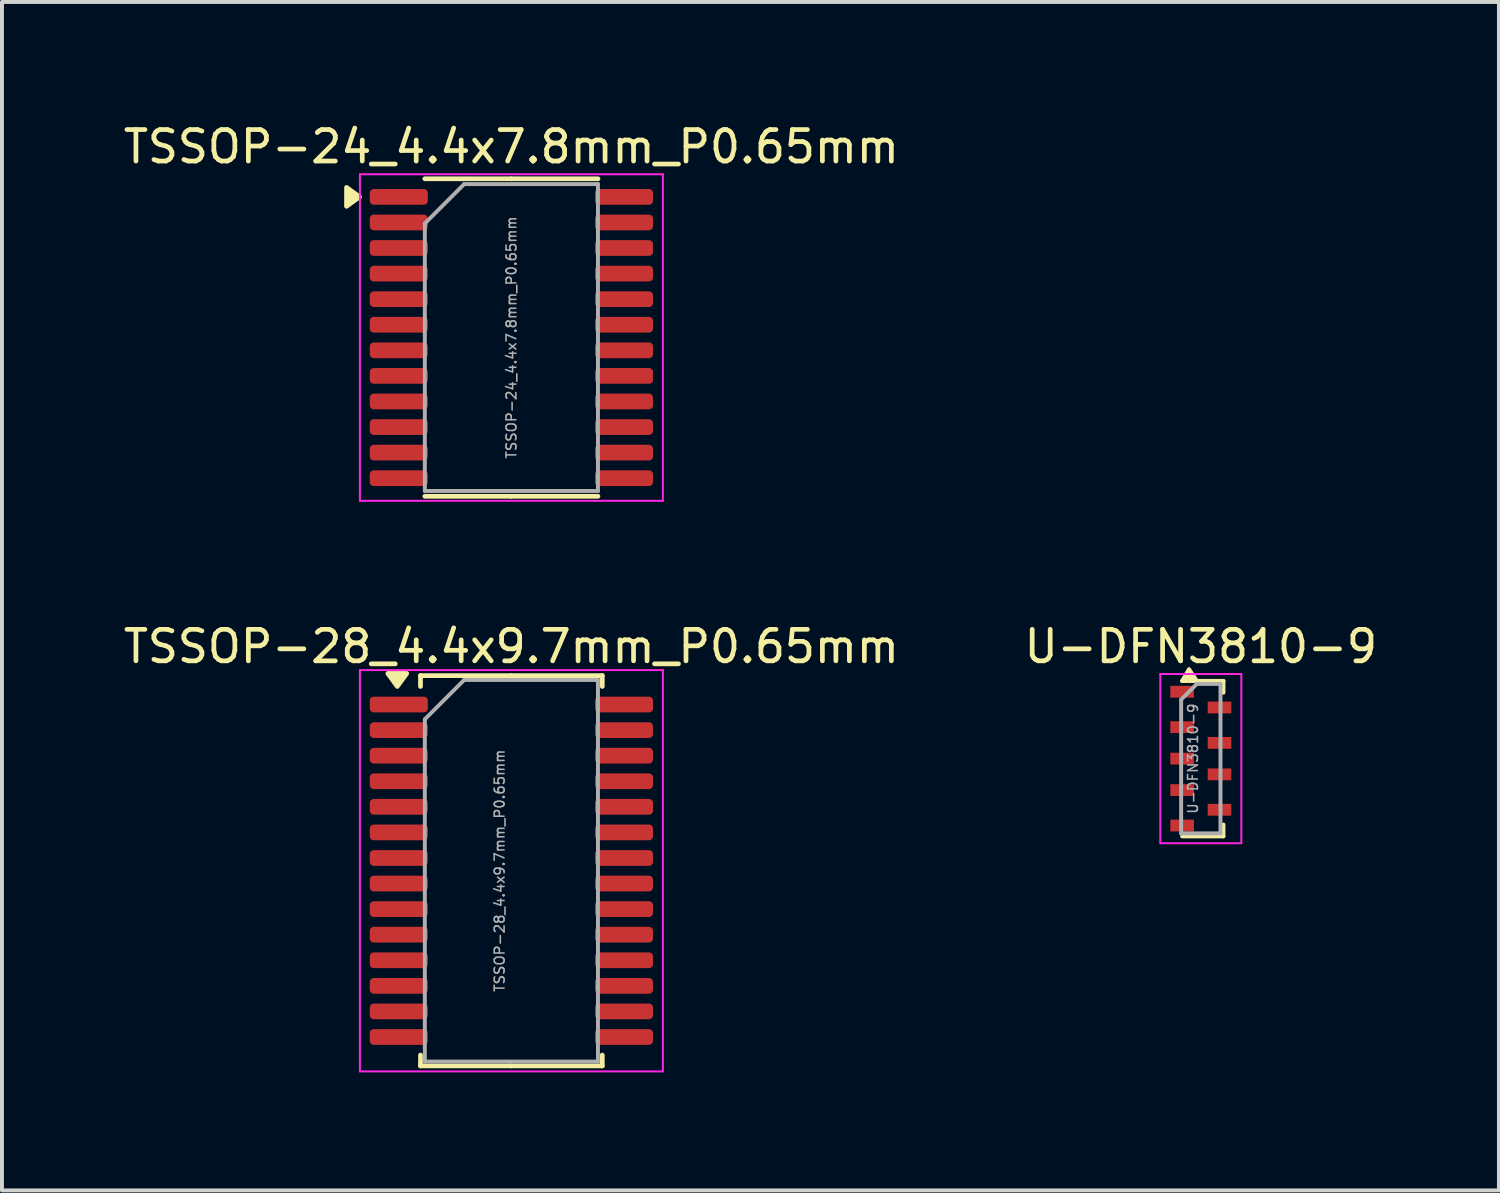
<source format=kicad_pcb>
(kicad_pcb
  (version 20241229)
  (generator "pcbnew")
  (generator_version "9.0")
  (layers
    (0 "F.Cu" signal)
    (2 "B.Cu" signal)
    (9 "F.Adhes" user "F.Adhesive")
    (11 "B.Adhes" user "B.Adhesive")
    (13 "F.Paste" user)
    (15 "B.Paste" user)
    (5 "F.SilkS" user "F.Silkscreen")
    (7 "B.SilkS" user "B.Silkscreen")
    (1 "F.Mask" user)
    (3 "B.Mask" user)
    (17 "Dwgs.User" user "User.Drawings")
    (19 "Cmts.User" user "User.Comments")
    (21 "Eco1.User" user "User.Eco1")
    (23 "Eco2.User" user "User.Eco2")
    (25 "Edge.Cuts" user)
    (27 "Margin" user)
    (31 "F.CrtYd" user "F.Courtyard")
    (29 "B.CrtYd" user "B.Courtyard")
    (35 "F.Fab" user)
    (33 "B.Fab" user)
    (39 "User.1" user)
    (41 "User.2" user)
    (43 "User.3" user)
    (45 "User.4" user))
  (footprint "TSSOP-24_4.4x7.8mm_P0.65mm"
    (layer "F.Cu")
    (at 9.948 5.529)
    (property "Reference" "TSSOP-24_4.4x7.8mm_P0.65mm" (at 0 -4.85 0) (layer "F.SilkS") (effects (font (size 0.8 0.8) (thickness 0.12))))
    (attr smd)
    (fp_line (start 0 -4.035) (end -2.2 -4.035) (stroke (width 0.12) (type solid)) (layer "F.SilkS"))
    (fp_line (start 0 -4.035) (end 2.2 -4.035) (stroke (width 0.12) (type solid)) (layer "F.SilkS"))
    (fp_line (start 0 4.035) (end -2.2 4.035) (stroke (width 0.12) (type solid)) (layer "F.SilkS"))
    (fp_line (start 0 4.035) (end 2.2 4.035) (stroke (width 0.12) (type solid)) (layer "F.SilkS"))
    (fp_poly (pts (xy -3.86 -3.575) (xy -4.19 -3.815) (xy -4.19 -3.335) (xy -3.86 -3.575)) (stroke (width 0.12) (type solid)) (fill yes) (layer "F.SilkS"))
    (fp_line (start -3.85 -4.15) (end -3.85 4.15) (stroke (width 0.05) (type solid)) (layer "F.CrtYd"))
    (fp_line (start -3.85 4.15) (end 3.85 4.15) (stroke (width 0.05) (type solid)) (layer "F.CrtYd"))
    (fp_line (start 3.85 -4.15) (end -3.85 -4.15) (stroke (width 0.05) (type solid)) (layer "F.CrtYd"))
    (fp_line (start 3.85 4.15) (end 3.85 -4.15) (stroke (width 0.05) (type solid)) (layer "F.CrtYd"))
    (fp_line (start -2.2 -2.9) (end -1.2 -3.9) (stroke (width 0.1) (type solid)) (layer "F.Fab"))
    (fp_line (start -2.2 3.9) (end -2.2 -2.9) (stroke (width 0.1) (type solid)) (layer "F.Fab"))
    (fp_line (start -1.2 -3.9) (end 2.2 -3.9) (stroke (width 0.1) (type solid)) (layer "F.Fab"))
    (fp_line (start 2.2 -3.9) (end 2.2 3.9) (stroke (width 0.1) (type solid)) (layer "F.Fab"))
    (fp_line (start 2.2 3.9) (end -2.2 3.9) (stroke (width 0.1) (type solid)) (layer "F.Fab"))
    (fp_text user "${REFERENCE}" (at 0 0 90) (layer "F.Fab") (effects (font (size 0.25 0.25) (thickness 0.04))))
    (pad "1" smd roundrect (at -2.862 -3.575) (size 1.475 0.4) (layers "F.Cu" "F.Mask" "F.Paste") (roundrect_rratio 0.25))
    (pad "2" smd roundrect (at -2.862 -2.925) (size 1.475 0.4) (layers "F.Cu" "F.Mask" "F.Paste") (roundrect_rratio 0.25))
    (pad "3" smd roundrect (at -2.862 -2.275) (size 1.475 0.4) (layers "F.Cu" "F.Mask" "F.Paste") (roundrect_rratio 0.25))
    (pad "4" smd roundrect (at -2.862 -1.625) (size 1.475 0.4) (layers "F.Cu" "F.Mask" "F.Paste") (roundrect_rratio 0.25))
    (pad "5" smd roundrect (at -2.862 -0.975) (size 1.475 0.4) (layers "F.Cu" "F.Mask" "F.Paste") (roundrect_rratio 0.25))
    (pad "6" smd roundrect (at -2.862 -0.325) (size 1.475 0.4) (layers "F.Cu" "F.Mask" "F.Paste") (roundrect_rratio 0.25))
    (pad "7" smd roundrect (at -2.862 0.325) (size 1.475 0.4) (layers "F.Cu" "F.Mask" "F.Paste") (roundrect_rratio 0.25))
    (pad "8" smd roundrect (at -2.862 0.975) (size 1.475 0.4) (layers "F.Cu" "F.Mask" "F.Paste") (roundrect_rratio 0.25))
    (pad "9" smd roundrect (at -2.862 1.625) (size 1.475 0.4) (layers "F.Cu" "F.Mask" "F.Paste") (roundrect_rratio 0.25))
    (pad "10" smd roundrect (at -2.862 2.275) (size 1.475 0.4) (layers "F.Cu" "F.Mask" "F.Paste") (roundrect_rratio 0.25))
    (pad "11" smd roundrect (at -2.862 2.925) (size 1.475 0.4) (layers "F.Cu" "F.Mask" "F.Paste") (roundrect_rratio 0.25))
    (pad "12" smd roundrect (at -2.862 3.575) (size 1.475 0.4) (layers "F.Cu" "F.Mask" "F.Paste") (roundrect_rratio 0.25))
    (pad "13" smd roundrect (at 2.862 3.575) (size 1.475 0.4) (layers "F.Cu" "F.Mask" "F.Paste") (roundrect_rratio 0.25))
    (pad "14" smd roundrect (at 2.862 2.925) (size 1.475 0.4) (layers "F.Cu" "F.Mask" "F.Paste") (roundrect_rratio 0.25))
    (pad "15" smd roundrect (at 2.862 2.275) (size 1.475 0.4) (layers "F.Cu" "F.Mask" "F.Paste") (roundrect_rratio 0.25))
    (pad "16" smd roundrect (at 2.862 1.625) (size 1.475 0.4) (layers "F.Cu" "F.Mask" "F.Paste") (roundrect_rratio 0.25))
    (pad "17" smd roundrect (at 2.862 0.975) (size 1.475 0.4) (layers "F.Cu" "F.Mask" "F.Paste") (roundrect_rratio 0.25))
    (pad "18" smd roundrect (at 2.862 0.325) (size 1.475 0.4) (layers "F.Cu" "F.Mask" "F.Paste") (roundrect_rratio 0.25))
    (pad "19" smd roundrect (at 2.862 -0.325) (size 1.475 0.4) (layers "F.Cu" "F.Mask" "F.Paste") (roundrect_rratio 0.25))
    (pad "20" smd roundrect (at 2.862 -0.975) (size 1.475 0.4) (layers "F.Cu" "F.Mask" "F.Paste") (roundrect_rratio 0.25))
    (pad "21" smd roundrect (at 2.862 -1.625) (size 1.475 0.4) (layers "F.Cu" "F.Mask" "F.Paste") (roundrect_rratio 0.25))
    (pad "22" smd roundrect (at 2.862 -2.275) (size 1.475 0.4) (layers "F.Cu" "F.Mask" "F.Paste") (roundrect_rratio 0.25))
    (pad "23" smd roundrect (at 2.862 -2.925) (size 1.475 0.4) (layers "F.Cu" "F.Mask" "F.Paste") (roundrect_rratio 0.25))
    (pad "24" smd roundrect (at 2.862 -3.575) (size 1.475 0.4) (layers "F.Cu" "F.Mask" "F.Paste") (roundrect_rratio 0.25)))
  (footprint "TSSOP-28_4.4x9.7mm_P0.65mm"
    (layer "F.Cu")
    (at 9.948 19.082)
    (property "Reference" "TSSOP-28_4.4x9.7mm_P0.65mm" (at 0 -5.7 0) (layer "F.SilkS") (effects (font (size 0.8 0.8) (thickness 0.12))))
    (attr smd)
    (fp_line (start -2.31 -4.96) (end -2.31 -4.685) (stroke (width 0.12) (type solid)) (layer "F.SilkS"))
    (fp_line (start -2.31 4.96) (end -2.31 4.685) (stroke (width 0.12) (type solid)) (layer "F.SilkS"))
    (fp_line (start 0 -4.96) (end -2.31 -4.96) (stroke (width 0.12) (type solid)) (layer "F.SilkS"))
    (fp_line (start 0 -4.96) (end 2.31 -4.96) (stroke (width 0.12) (type solid)) (layer "F.SilkS"))
    (fp_line (start 0 4.96) (end -2.31 4.96) (stroke (width 0.12) (type solid)) (layer "F.SilkS"))
    (fp_line (start 0 4.96) (end 2.31 4.96) (stroke (width 0.12) (type solid)) (layer "F.SilkS"))
    (fp_line (start 2.31 -4.96) (end 2.31 -4.685) (stroke (width 0.12) (type solid)) (layer "F.SilkS"))
    (fp_line (start 2.31 4.96) (end 2.31 4.685) (stroke (width 0.12) (type solid)) (layer "F.SilkS"))
    (fp_poly (pts (xy -2.9 -4.685) (xy -3.14 -5.015) (xy -2.66 -5.015) (xy -2.9 -4.685)) (stroke (width 0.12) (type solid)) (fill yes) (layer "F.SilkS"))
    (fp_line (start -3.85 -5.1) (end -3.85 5.1) (stroke (width 0.05) (type solid)) (layer "F.CrtYd"))
    (fp_line (start -3.85 5.1) (end 3.85 5.1) (stroke (width 0.05) (type solid)) (layer "F.CrtYd"))
    (fp_line (start 3.85 -5.1) (end -3.85 -5.1) (stroke (width 0.05) (type solid)) (layer "F.CrtYd"))
    (fp_line (start 3.85 5.1) (end 3.85 -5.1) (stroke (width 0.05) (type solid)) (layer "F.CrtYd"))
    (fp_line (start -2.2 -3.85) (end -1.2 -4.85) (stroke (width 0.1) (type solid)) (layer "F.Fab"))
    (fp_line (start -2.2 4.85) (end -2.2 -3.85) (stroke (width 0.1) (type solid)) (layer "F.Fab"))
    (fp_line (start -1.2 -4.85) (end 2.2 -4.85) (stroke (width 0.1) (type solid)) (layer "F.Fab"))
    (fp_line (start 2.2 -4.85) (end 2.2 4.85) (stroke (width 0.1) (type solid)) (layer "F.Fab"))
    (fp_line (start 2.2 4.85) (end -2.2 4.85) (stroke (width 0.1) (type solid)) (layer "F.Fab"))
    (fp_text user "${REFERENCE}" (at -0.3 0 90) (layer "F.Fab") (effects (font (size 0.25 0.25) (thickness 0.04))))
    (pad "1" smd roundrect (at -2.862 -4.225) (size 1.475 0.4) (layers "F.Cu" "F.Mask" "F.Paste") (roundrect_rratio 0.25))
    (pad "2" smd roundrect (at -2.862 -3.575) (size 1.475 0.4) (layers "F.Cu" "F.Mask" "F.Paste") (roundrect_rratio 0.25))
    (pad "3" smd roundrect (at -2.862 -2.925) (size 1.475 0.4) (layers "F.Cu" "F.Mask" "F.Paste") (roundrect_rratio 0.25))
    (pad "4" smd roundrect (at -2.862 -2.275) (size 1.475 0.4) (layers "F.Cu" "F.Mask" "F.Paste") (roundrect_rratio 0.25))
    (pad "5" smd roundrect (at -2.862 -1.625) (size 1.475 0.4) (layers "F.Cu" "F.Mask" "F.Paste") (roundrect_rratio 0.25))
    (pad "6" smd roundrect (at -2.862 -0.975) (size 1.475 0.4) (layers "F.Cu" "F.Mask" "F.Paste") (roundrect_rratio 0.25))
    (pad "7" smd roundrect (at -2.862 -0.325) (size 1.475 0.4) (layers "F.Cu" "F.Mask" "F.Paste") (roundrect_rratio 0.25))
    (pad "8" smd roundrect (at -2.862 0.325) (size 1.475 0.4) (layers "F.Cu" "F.Mask" "F.Paste") (roundrect_rratio 0.25))
    (pad "9" smd roundrect (at -2.862 0.975) (size 1.475 0.4) (layers "F.Cu" "F.Mask" "F.Paste") (roundrect_rratio 0.25))
    (pad "10" smd roundrect (at -2.862 1.625) (size 1.475 0.4) (layers "F.Cu" "F.Mask" "F.Paste") (roundrect_rratio 0.25))
    (pad "11" smd roundrect (at -2.862 2.275) (size 1.475 0.4) (layers "F.Cu" "F.Mask" "F.Paste") (roundrect_rratio 0.25))
    (pad "12" smd roundrect (at -2.862 2.925) (size 1.475 0.4) (layers "F.Cu" "F.Mask" "F.Paste") (roundrect_rratio 0.25))
    (pad "13" smd roundrect (at -2.862 3.575) (size 1.475 0.4) (layers "F.Cu" "F.Mask" "F.Paste") (roundrect_rratio 0.25))
    (pad "14" smd roundrect (at -2.862 4.225) (size 1.475 0.4) (layers "F.Cu" "F.Mask" "F.Paste") (roundrect_rratio 0.25))
    (pad "15" smd roundrect (at 2.862 4.225) (size 1.475 0.4) (layers "F.Cu" "F.Mask" "F.Paste") (roundrect_rratio 0.25))
    (pad "16" smd roundrect (at 2.862 3.575) (size 1.475 0.4) (layers "F.Cu" "F.Mask" "F.Paste") (roundrect_rratio 0.25))
    (pad "17" smd roundrect (at 2.862 2.925) (size 1.475 0.4) (layers "F.Cu" "F.Mask" "F.Paste") (roundrect_rratio 0.25))
    (pad "18" smd roundrect (at 2.862 2.275) (size 1.475 0.4) (layers "F.Cu" "F.Mask" "F.Paste") (roundrect_rratio 0.25))
    (pad "19" smd roundrect (at 2.862 1.625) (size 1.475 0.4) (layers "F.Cu" "F.Mask" "F.Paste") (roundrect_rratio 0.25))
    (pad "20" smd roundrect (at 2.862 0.975) (size 1.475 0.4) (layers "F.Cu" "F.Mask" "F.Paste") (roundrect_rratio 0.25))
    (pad "21" smd roundrect (at 2.862 0.325) (size 1.475 0.4) (layers "F.Cu" "F.Mask" "F.Paste") (roundrect_rratio 0.25))
    (pad "22" smd roundrect (at 2.862 -0.325) (size 1.475 0.4) (layers "F.Cu" "F.Mask" "F.Paste") (roundrect_rratio 0.25))
    (pad "23" smd roundrect (at 2.862 -0.975) (size 1.475 0.4) (layers "F.Cu" "F.Mask" "F.Paste") (roundrect_rratio 0.25))
    (pad "24" smd roundrect (at 2.862 -1.625) (size 1.475 0.4) (layers "F.Cu" "F.Mask" "F.Paste") (roundrect_rratio 0.25))
    (pad "25" smd roundrect (at 2.862 -2.275) (size 1.475 0.4) (layers "F.Cu" "F.Mask" "F.Paste") (roundrect_rratio 0.25))
    (pad "26" smd roundrect (at 2.862 -2.925) (size 1.475 0.4) (layers "F.Cu" "F.Mask" "F.Paste") (roundrect_rratio 0.25))
    (pad "27" smd roundrect (at 2.862 -3.575) (size 1.475 0.4) (layers "F.Cu" "F.Mask" "F.Paste") (roundrect_rratio 0.25))
    (pad "28" smd roundrect (at 2.862 -4.225) (size 1.475 0.4) (layers "F.Cu" "F.Mask" "F.Paste") (roundrect_rratio 0.25)))
  (footprint "U-DFN3810-9"
    (layer "F.Cu")
    (at 27.471 16.232)
    (property "Reference" "U-DFN3810-9" (at 0 -2.85 0) (layer "F.SilkS") (effects (font (size 0.8 0.8) (thickness 0.12))))
    (attr smd)
    (fp_line (start 0.575 -1.975) (end -0.475 -1.975) (stroke (width 0.1) (type solid)) (layer "F.SilkS"))
    (fp_line (start 0.575 -1.975) (end 0.575 -1.675) (stroke (width 0.1) (type default)) (layer "F.SilkS"))
    (fp_line (start 0.575 1.975) (end -0.475 1.975) (stroke (width 0.1) (type solid)) (layer "F.SilkS"))
    (fp_line (start 0.575 1.975) (end 0.575 1.675) (stroke (width 0.1) (type default)) (layer "F.SilkS"))
    (fp_poly (pts (xy -0.475 -1.975) (xy -0.3 -2.275) (xy -0.1 -1.975)) (stroke (width 0.1) (type solid)) (fill yes) (layer "F.SilkS"))
    (fp_line (start -1.03 -2.15) (end -1.03 2.15) (stroke (width 0.05) (type solid)) (layer "F.CrtYd"))
    (fp_line (start -1.03 2.15) (end 1.03 2.15) (stroke (width 0.05) (type solid)) (layer "F.CrtYd"))
    (fp_line (start 1.03 -2.15) (end -1.03 -2.15) (stroke (width 0.05) (type solid)) (layer "F.CrtYd"))
    (fp_line (start 1.03 2.15) (end 1.03 -2.15) (stroke (width 0.05) (type solid)) (layer "F.CrtYd"))
    (fp_line (start -0.5 -1.5) (end -0.5 1.9) (stroke (width 0.1) (type solid)) (layer "F.Fab"))
    (fp_line (start -0.5 1.9) (end 0.5 1.9) (stroke (width 0.1) (type solid)) (layer "F.Fab"))
    (fp_line (start -0.1 -1.9) (end -0.5 -1.5) (stroke (width 0.1) (type solid)) (layer "F.Fab"))
    (fp_line (start 0.5 -1.9) (end -0.1 -1.9) (stroke (width 0.1) (type solid)) (layer "F.Fab"))
    (fp_line (start 0.5 1.9) (end 0.5 -1.9) (stroke (width 0.1) (type solid)) (layer "F.Fab"))
    (fp_text user "${REFERENCE}" (at -0.2 0 90) (layer "F.Fab") (effects (font (size 0.25 0.25) (thickness 0.04))))
    (pad "1" smd rect (at -0.475 -1.7) (size 0.6 0.3) (layers "F.Cu" "F.Mask" "F.Paste"))
    (pad "2" smd rect (at -0.475 -0.8) (size 0.6 0.3) (layers "F.Cu" "F.Mask" "F.Paste"))
    (pad "3" smd rect (at -0.475 0) (size 0.6 0.3) (layers "F.Cu" "F.Mask" "F.Paste"))
    (pad "4" smd rect (at -0.475 0.8) (size 0.6 0.3) (layers "F.Cu" "F.Mask" "F.Paste"))
    (pad "5" smd rect (at -0.475 1.7) (size 0.6 0.3) (layers "F.Cu" "F.Mask" "F.Paste"))
    (pad "6" smd rect (at 0.475 1.3) (size 0.6 0.3) (layers "F.Cu" "F.Mask" "F.Paste"))
    (pad "7" smd rect (at 0.475 0.4) (size 0.6 0.3) (layers "F.Cu" "F.Mask" "F.Paste"))
    (pad "8" smd rect (at 0.475 -0.4) (size 0.6 0.3) (layers "F.Cu" "F.Mask" "F.Paste"))
    (pad "9" smd rect (at 0.475 -1.3) (size 0.6 0.3) (layers "F.Cu" "F.Mask" "F.Paste")))
  (gr_rect
    (start -3 -3)
    (end 35.048 27.207)
    (stroke (width 0.1) (type default))
    (fill no)
    (layer "Edge.Cuts")))
</source>
